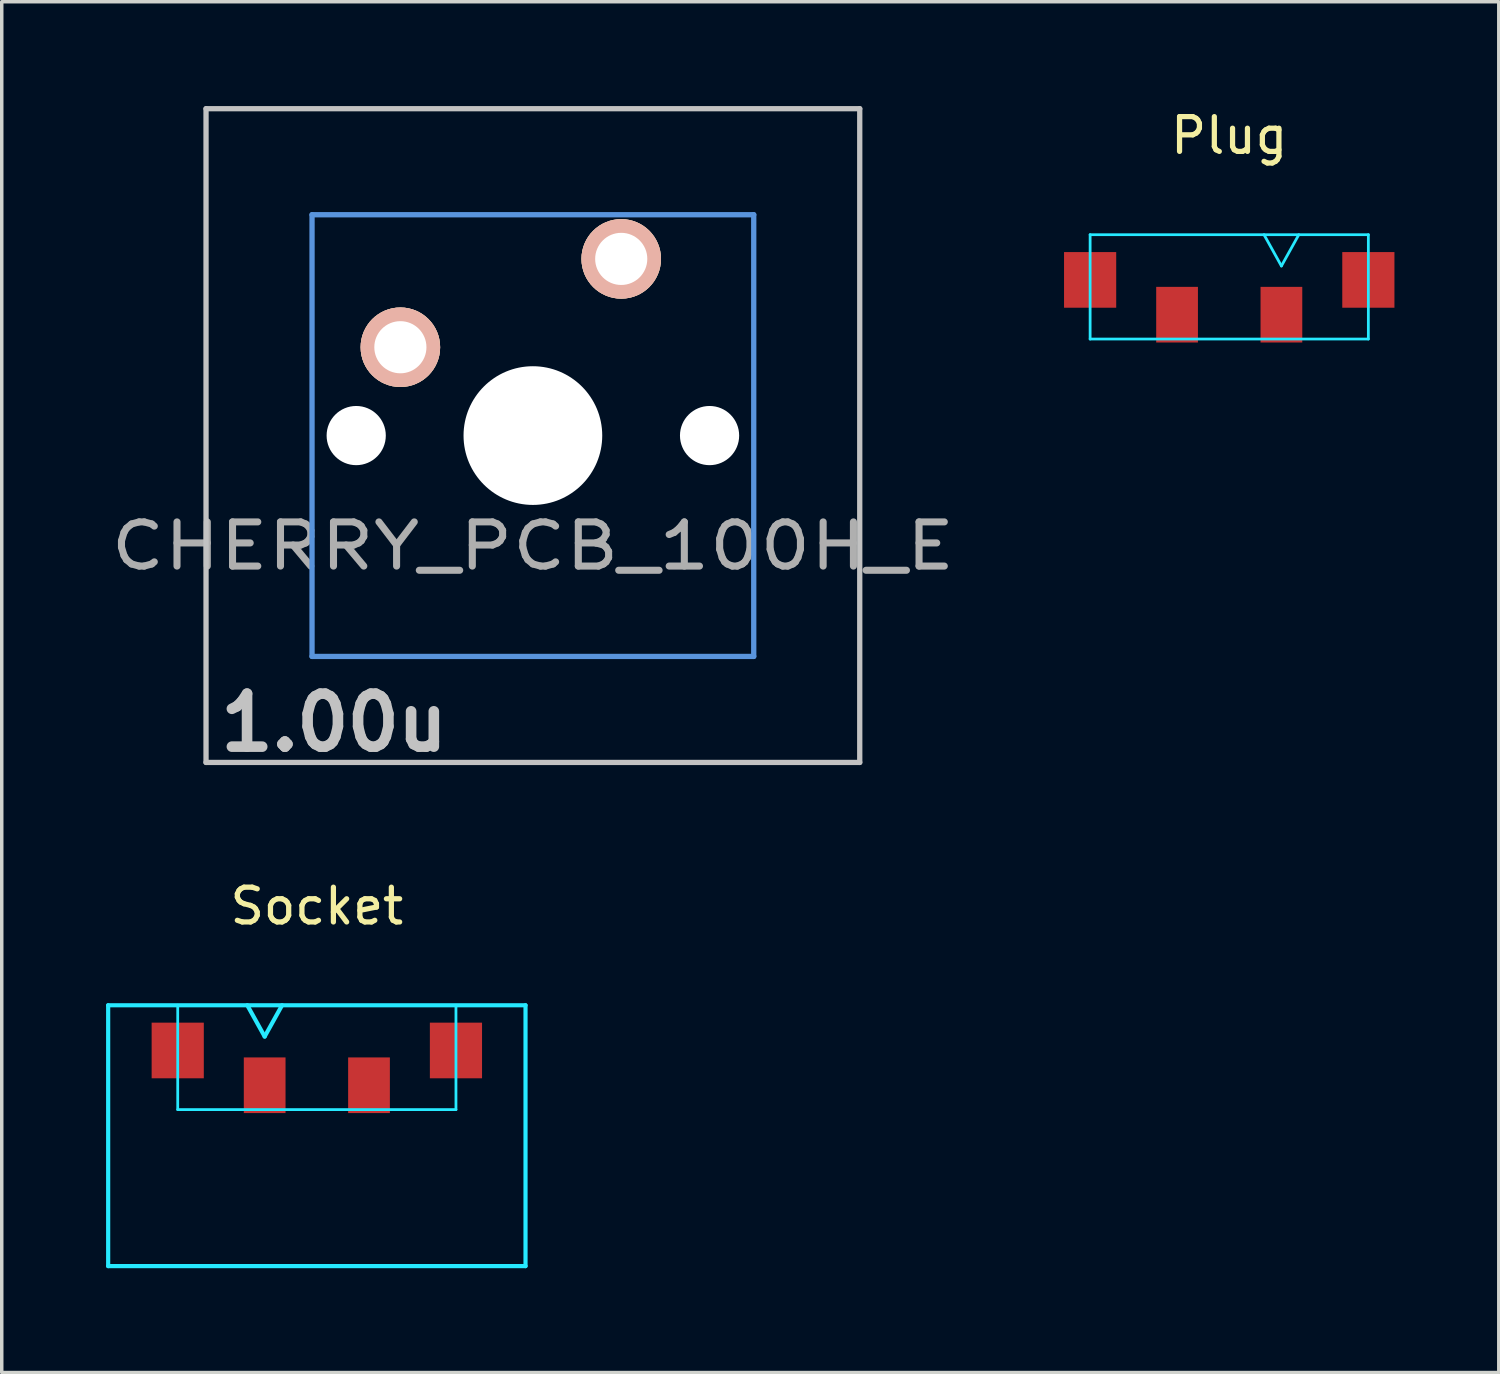
<source format=kicad_pcb>
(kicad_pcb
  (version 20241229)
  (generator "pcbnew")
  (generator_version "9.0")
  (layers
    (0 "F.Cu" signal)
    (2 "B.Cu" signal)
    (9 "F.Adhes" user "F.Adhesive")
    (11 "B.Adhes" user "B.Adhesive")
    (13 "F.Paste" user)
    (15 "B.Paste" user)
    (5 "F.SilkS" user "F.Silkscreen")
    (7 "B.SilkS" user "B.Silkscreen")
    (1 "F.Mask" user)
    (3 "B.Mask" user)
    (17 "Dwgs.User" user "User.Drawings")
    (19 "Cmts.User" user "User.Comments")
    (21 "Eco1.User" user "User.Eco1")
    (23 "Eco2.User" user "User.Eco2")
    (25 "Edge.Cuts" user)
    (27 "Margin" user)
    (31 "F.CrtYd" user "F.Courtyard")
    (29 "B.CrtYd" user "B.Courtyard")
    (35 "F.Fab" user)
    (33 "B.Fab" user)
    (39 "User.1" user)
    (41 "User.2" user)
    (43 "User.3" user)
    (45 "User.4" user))
  (footprint "Plug"
    (layer "F.Cu")
    (at 32.294 6.698)
    (property "Reference" "Plug" (at 0 -5.85 0) (layer "F.SilkS") (effects (font (size 1 1) (thickness 0.15))))
    (attr through_hole)
    (fp_line (start -4 -3) (end -4 0) (stroke (width 0.08) (type solid)) (layer "B.CrtYd"))
    (fp_line (start 1.5 -2.1) (end 1 -3) (stroke (width 0.08) (type solid)) (layer "B.CrtYd"))
    (fp_line (start 2 -3) (end 1.5 -2.1) (stroke (width 0.08) (type solid)) (layer "B.CrtYd"))
    (fp_line (start 4 -3) (end -4 -3) (stroke (width 0.08) (type solid)) (layer "B.CrtYd"))
    (fp_line (start 4 -3) (end 4 0) (stroke (width 0.08) (type solid)) (layer "B.CrtYd"))
    (fp_line (start 4 0) (end -4 0) (stroke (width 0.08) (type solid)) (layer "B.CrtYd"))
    (pad "" smd rect (at -4 -1.7) (size 1.5 1.6) (layers "F.Cu" "F.Mask" "F.Paste"))
    (pad "" smd rect (at 4 -1.7) (size 1.5 1.6) (layers "F.Cu" "F.Mask" "F.Paste"))
    (pad "1" smd rect (at 1.5 -0.7) (size 1.2 1.6) (layers "F.Cu" "F.Mask" "F.Paste"))
    (pad "2" smd rect (at -1.5 -0.7) (size 1.2 1.6) (layers "F.Cu" "F.Mask" "F.Paste")))
  (footprint "CHERRY_PCB_100H_E"
    (layer "F.Cu")
    (at 12.272 9.474)
    (property "Reference" "CHERRY_PCB_100H_E" (at 0 3.175 0) (layer "F.Fab") (effects (font (size 1.27 1.524) (thickness 0.203))))
    (attr through_hole)
    (fp_line (start -9.398 -9.398) (end 9.398 -9.398) (stroke (width 0.152) (type solid)) (layer "Dwgs.User"))
    (fp_line (start -9.398 9.398) (end -9.398 -9.398) (stroke (width 0.152) (type solid)) (layer "Dwgs.User"))
    (fp_line (start 9.398 -9.398) (end 9.398 9.398) (stroke (width 0.152) (type solid)) (layer "Dwgs.User"))
    (fp_line (start 9.398 9.398) (end -9.398 9.398) (stroke (width 0.152) (type solid)) (layer "Dwgs.User"))
    (fp_line (start -6.35 -6.35) (end 6.35 -6.35) (stroke (width 0.152) (type solid)) (layer "Cmts.User"))
    (fp_line (start -6.35 6.35) (end -6.35 -6.35) (stroke (width 0.152) (type solid)) (layer "Cmts.User"))
    (fp_line (start 6.35 -6.35) (end 6.35 6.35) (stroke (width 0.152) (type solid)) (layer "Cmts.User"))
    (fp_line (start 6.35 6.35) (end -6.35 6.35) (stroke (width 0.152) (type solid)) (layer "Cmts.User"))
    (fp_line (start -6.985 -6.985) (end 6.985 -6.985) (stroke (width 0.152) (type solid)) (layer "Eco2.User"))
    (fp_line (start -6.985 6.985) (end -6.985 -6.985) (stroke (width 0.152) (type solid)) (layer "Eco2.User"))
    (fp_line (start 6.985 -6.985) (end 6.985 6.985) (stroke (width 0.152) (type solid)) (layer "Eco2.User"))
    (fp_line (start 6.985 6.985) (end -6.985 6.985) (stroke (width 0.152) (type solid)) (layer "Eco2.User"))
    (fp_text user "1.00u" (at -5.715 8.255 0) (layer "Dwgs.User") (effects (font (size 1.524 1.524) (thickness 0.305))))
    (pad "" np_thru_hole circle (at -5.08 0) (size 1.702 1.702) (drill 1.702) (layers "*.Cu"))
    (pad "" np_thru_hole circle (at 0 0) (size 3.988 3.988) (drill 3.988) (layers "*.Cu"))
    (pad "" np_thru_hole circle (at 5.08 0) (size 1.702 1.702) (drill 1.702) (layers "*.Cu"))
    (pad "1" thru_hole circle (at 2.54 -5.08) (size 2.286 2.286) (drill 1.499) (layers "*.Cu" "*.SilkS" "*.Mask"))
    (pad "2" thru_hole circle (at -3.81 -2.54) (size 2.286 2.286) (drill 1.499) (layers "*.Cu" "*.SilkS" "*.Mask")))
  (footprint "Socket"
    (layer "F.Cu")
    (at 6.06 28.854)
    (property "Reference" "Socket" (at 0 -5.85 0) (layer "F.SilkS") (effects (font (size 1 1) (thickness 0.15))))
    (attr through_hole)
    (fp_line (start -6 -3) (end -6 4.5) (stroke (width 0.12) (type solid)) (layer "B.CrtYd"))
    (fp_line (start -6 -3) (end 6 -3) (stroke (width 0.12) (type solid)) (layer "B.CrtYd"))
    (fp_line (start -6 4.5) (end 6 4.5) (stroke (width 0.12) (type solid)) (layer "B.CrtYd"))
    (fp_line (start -4 -3) (end -4 0) (stroke (width 0.08) (type solid)) (layer "B.CrtYd"))
    (fp_line (start -2 -3) (end -1.5 -2.1) (stroke (width 0.12) (type solid)) (layer "B.CrtYd"))
    (fp_line (start -1.5 -2.1) (end -1 -3) (stroke (width 0.12) (type solid)) (layer "B.CrtYd"))
    (fp_line (start 4 -3) (end 4 0) (stroke (width 0.08) (type solid)) (layer "B.CrtYd"))
    (fp_line (start 4 0) (end -4 0) (stroke (width 0.08) (type solid)) (layer "B.CrtYd"))
    (fp_line (start 6 -3) (end 6 4.5) (stroke (width 0.12) (type solid)) (layer "B.CrtYd"))
    (pad "" smd rect (at -4 -1.7) (size 1.5 1.6) (layers "F.Cu" "F.Mask" "F.Paste"))
    (pad "" smd rect (at 4 -1.7) (size 1.5 1.6) (layers "F.Cu" "F.Mask" "F.Paste"))
    (pad "1" smd rect (at -1.5 -0.7) (size 1.2 1.6) (layers "F.Cu" "F.Mask" "F.Paste"))
    (pad "2" smd rect (at 1.5 -0.7) (size 1.2 1.6) (layers "F.Cu" "F.Mask" "F.Paste")))
  (gr_rect
    (start -3 -3)
    (end 40.044 36.414)
    (stroke (width 0.1) (type default))
    (fill no)
    (layer "Edge.Cuts")))
</source>
